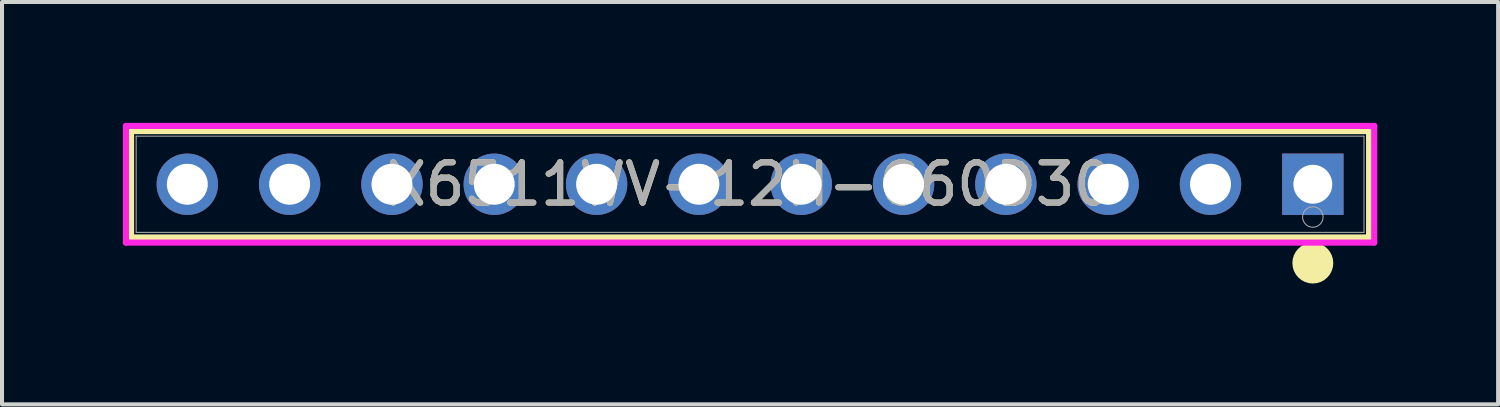
<source format=kicad_pcb>
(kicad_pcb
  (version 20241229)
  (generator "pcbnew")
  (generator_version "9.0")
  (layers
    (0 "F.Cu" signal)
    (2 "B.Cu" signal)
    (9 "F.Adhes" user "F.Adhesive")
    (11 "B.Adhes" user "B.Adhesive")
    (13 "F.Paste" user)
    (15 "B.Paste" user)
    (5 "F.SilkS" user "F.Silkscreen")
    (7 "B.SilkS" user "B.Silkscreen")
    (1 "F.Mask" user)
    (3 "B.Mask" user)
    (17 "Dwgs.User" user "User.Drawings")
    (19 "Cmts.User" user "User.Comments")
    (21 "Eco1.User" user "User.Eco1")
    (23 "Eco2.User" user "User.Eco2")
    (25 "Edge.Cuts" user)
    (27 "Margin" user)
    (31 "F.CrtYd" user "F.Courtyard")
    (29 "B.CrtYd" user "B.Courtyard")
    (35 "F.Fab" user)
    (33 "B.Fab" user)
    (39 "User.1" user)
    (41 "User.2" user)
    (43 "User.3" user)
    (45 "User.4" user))
  (footprint "X6511WV-12H-C60D30"
    (layer "F.Cu")
    (at 29.54 1.524)
    (property "Reference" "X6511WV-12H-C60D30" (at -13.97 0 0) (unlocked yes) (layer "F.SilkS") (effects (font (size 1 1) (thickness 0.15))))
    (attr through_hole)
    (fp_line (start -29.337 -1.321) (end -29.337 1.321) (stroke (width 0.152) (type solid)) (layer "F.SilkS"))
    (fp_line (start -29.337 1.321) (end 1.397 1.321) (stroke (width 0.152) (type solid)) (layer "F.SilkS"))
    (fp_line (start 1.397 -1.321) (end -29.337 -1.321) (stroke (width 0.152) (type solid)) (layer "F.SilkS"))
    (fp_line (start 1.397 1.321) (end 1.397 -1.321) (stroke (width 0.152) (type solid)) (layer "F.SilkS"))
    (fp_circle (center 0 1.956) (end 0.254 1.956) (stroke (width 0.508) (type solid)) (fill no) (layer "F.SilkS"))
    (fp_line (start -29.464 -1.448) (end -29.464 1.448) (stroke (width 0.152) (type solid)) (layer "F.CrtYd"))
    (fp_line (start -29.464 1.448) (end 1.524 1.448) (stroke (width 0.152) (type solid)) (layer "F.CrtYd"))
    (fp_line (start 1.524 -1.448) (end -29.464 -1.448) (stroke (width 0.152) (type solid)) (layer "F.CrtYd"))
    (fp_line (start 1.524 1.448) (end 1.524 -1.448) (stroke (width 0.152) (type solid)) (layer "F.CrtYd"))
    (fp_line (start -29.21 -1.194) (end -29.21 1.194) (stroke (width 0.025) (type solid)) (layer "F.Fab"))
    (fp_line (start -29.21 1.194) (end 1.27 1.194) (stroke (width 0.025) (type solid)) (layer "F.Fab"))
    (fp_line (start 1.27 -1.194) (end -29.21 -1.194) (stroke (width 0.025) (type solid)) (layer "F.Fab"))
    (fp_line (start 1.27 1.194) (end 1.27 -1.194) (stroke (width 0.025) (type solid)) (layer "F.Fab"))
    (fp_circle (center 0 0.813) (end 0.254 0.813) (stroke (width 0.025) (type solid)) (fill no) (layer "F.Fab"))
    (fp_text user "${REFERENCE}" (at -13.97 0 0) (unlocked yes) (layer "F.Fab") (effects (font (size 1 1) (thickness 0.15))))
    (pad "1" thru_hole rect (at 0 0) (size 1.524 1.524) (drill 0.965) (layers "*.Cu" "*.Mask"))
    (pad "2" thru_hole circle (at -2.54 0) (size 1.524 1.524) (drill 1.016) (layers "*.Cu" "*.Mask"))
    (pad "3" thru_hole circle (at -5.08 0) (size 1.524 1.524) (drill 1.016) (layers "*.Cu" "*.Mask"))
    (pad "4" thru_hole circle (at -7.62 0) (size 1.524 1.524) (drill 1.016) (layers "*.Cu" "*.Mask"))
    (pad "5" thru_hole circle (at -10.16 0) (size 1.524 1.524) (drill 1.016) (layers "*.Cu" "*.Mask"))
    (pad "6" thru_hole circle (at -12.7 0) (size 1.524 1.524) (drill 1.016) (layers "*.Cu" "*.Mask"))
    (pad "7" thru_hole circle (at -15.24 0) (size 1.524 1.524) (drill 1.016) (layers "*.Cu" "*.Mask"))
    (pad "8" thru_hole circle (at -17.78 0) (size 1.524 1.524) (drill 1.016) (layers "*.Cu" "*.Mask"))
    (pad "9" thru_hole circle (at -20.32 0) (size 1.524 1.524) (drill 1.016) (layers "*.Cu" "*.Mask"))
    (pad "10" thru_hole circle (at -22.86 0) (size 1.524 1.524) (drill 1.016) (layers "*.Cu" "*.Mask"))
    (pad "11" thru_hole circle (at -25.4 0) (size 1.524 1.524) (drill 1.016) (layers "*.Cu" "*.Mask"))
    (pad "12" thru_hole circle (at -27.94 0) (size 1.524 1.524) (drill 1.016) (layers "*.Cu" "*.Mask")))
  (gr_rect
    (start -3 -3)
    (end 34.14 6.988)
    (stroke (width 0.1) (type default))
    (fill no)
    (layer "Edge.Cuts")))
</source>
